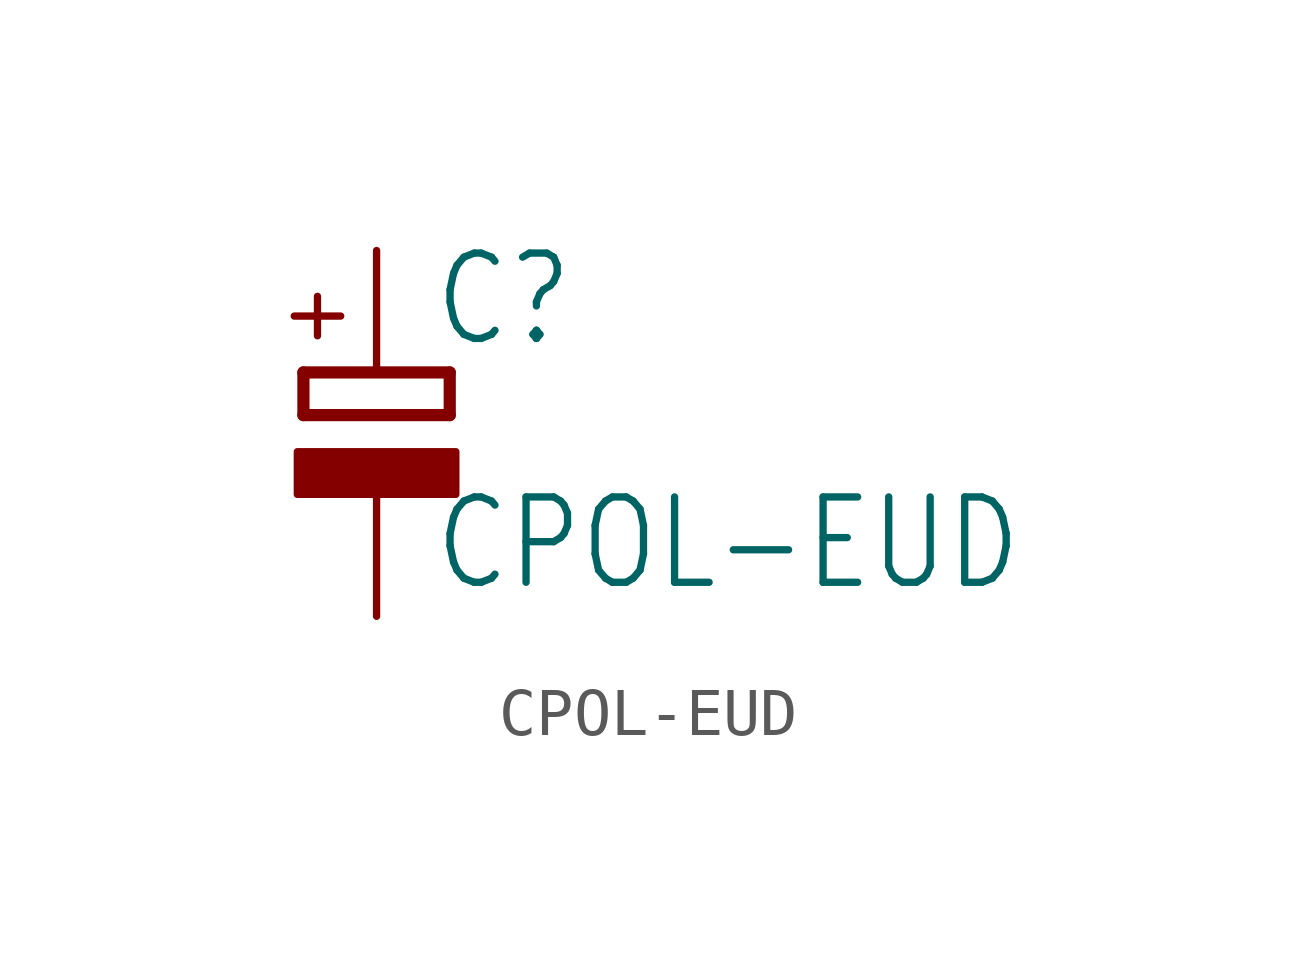
<source format=kicad_sym>
(kicad_symbol_lib
  (version 20210619)
  (generator kicad_symbol_editor)
  (symbol "CPOL-EUD"
    (property "Reference" "C"
      (at 1.143 0.483 0)
      (effects (font (size 1.778 1.511)) (justify left bottom)))
    (property "Value" "CPOL-EUD"
      (at 1.143 -4.597 0)
      (effects (font (size 1.778 1.511)) (justify left bottom)))
    (property "ki_locked" ""
      (at 0 0 0)
      (effects (font (size 1.27 1.27))))
    (symbol "CPOL-EUD_1_0"
      (text "+" (at -0.584 0.406 900) (effects (font (size 1.27 1.079)) (justify left bottom)))
      (rectangle (start -1.651 -2.54) (end 1.651 -1.651) (stroke (width 0)) (fill (type outline)))
      (polyline (pts (xy -1.524 -0.889) (xy 1.524 -0.889)) (stroke (width 0.254)) (fill (type none)))
      (polyline (pts (xy -1.524 0) (xy -1.524 -0.889)) (stroke (width 0.254)) (fill (type none)))
      (polyline (pts (xy -1.524 0) (xy 1.524 0)) (stroke (width 0.254)) (fill (type none)))
      (polyline (pts (xy 1.524 -0.889) (xy 1.524 0)) (stroke (width 0.254)) (fill (type none)))
      (pin passive line (at 0 2.54 270) (length 2.54) (name "+" (effects (font (size 0 0)))) (number "+" (effects (font (size 0 0)))))
      (pin passive line (at 0 -5.08 90) (length 2.54) (name "-" (effects (font (size 0 0)))) (number "-" (effects (font (size 0 0))))))))
</source>
